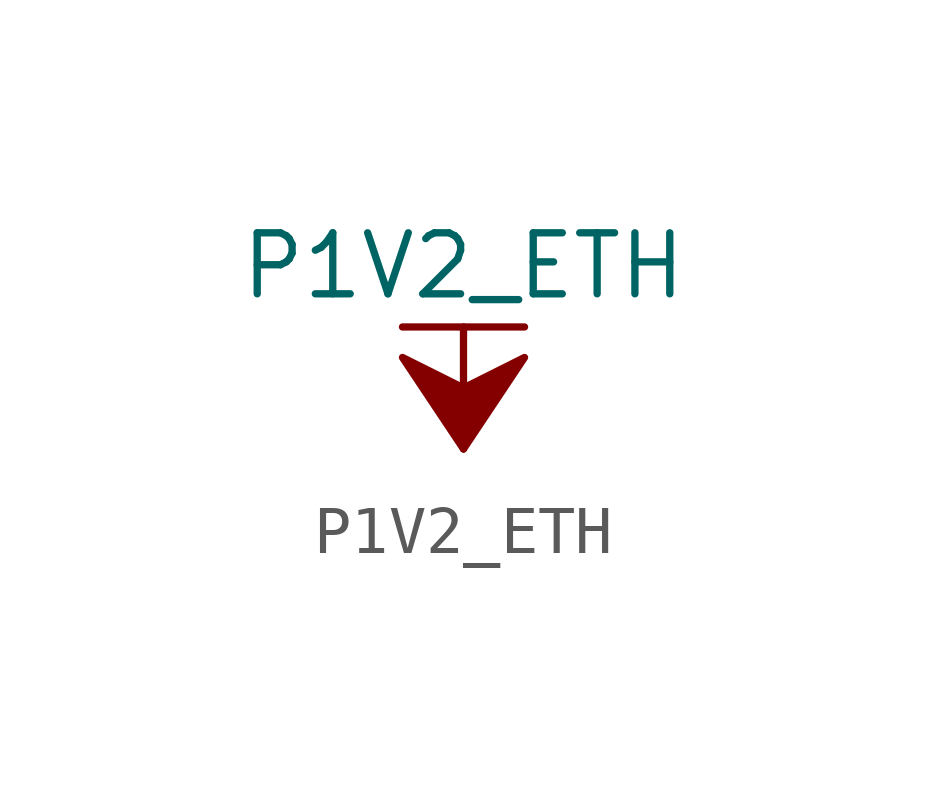
<source format=kicad_sym>
(kicad_symbol_lib
  (version 20211014)
  (generator kicad_symbol_editor)
  (symbol "P1V2_ETH"
    (power)
    (pin_names
      (offset 0))
    (property "Reference" "#PWR"
      (at 0 -3.81 0)
      (effects (font (size 1.27 1.27)) hide))
    (property "Value" "P1V2_ETH"
      (at 0 3.81 0)
      (effects (font (size 1.27 1.27))))
    (symbol "P1V2_ETH_0_1"
      (polyline (pts (xy -1.27 2.54) (xy 1.27 2.54)) (stroke (width 0.152) (type default) (color 0 0 0 0)) (fill (type none)))
      (polyline (pts (xy 0 0) (xy 0 2.54)) (stroke (width 0.152) (type default) (color 0 0 0 0)) (fill (type none)))
      (polyline (pts (xy 0 0) (xy 1.27 1.905) (xy 0 1.27) (xy -1.27 1.905) (xy 0 0)) (stroke (width 0.152) (type default) (color 0 0 0 0)) (fill (type outline))))
    (symbol "P1V2_ETH_1_1"
      (pin power_in line (at 0 0 90) (length 0) hide (name "P1V2_ETH" (effects (font (size 1.27 1.27)))) (number "1" (effects (font (size 1.27 1.27))))))))
</source>
